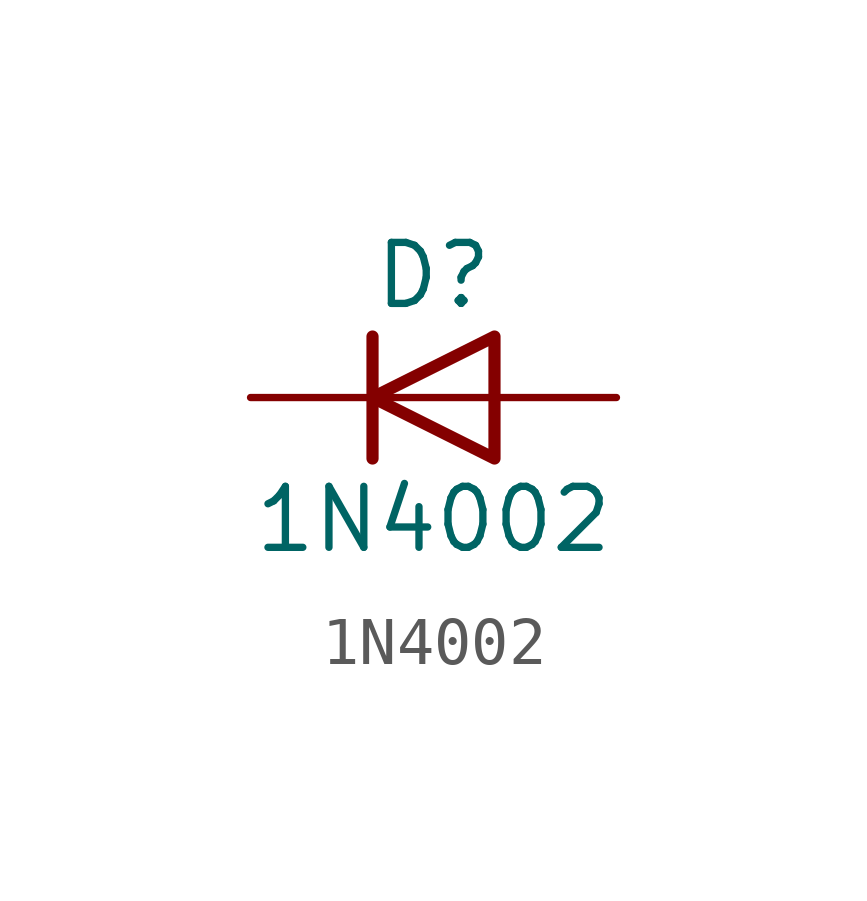
<source format=kicad_sym>
(kicad_symbol_lib
  (version 20241209)
  (generator "kicad_symbol_editor")
  (generator_version "9.0")
  (symbol "1N4002"
    (pin_numbers
      (hide yes))
    (pin_names
      (hide yes))
    (property "Reference" "D"
      (at 0 2.54 0)
      (effects (font (size 1.27 1.27))))
    (property "Value" "1N4002"
      (at 0 -2.54 0)
      (effects (font (size 1.27 1.27))))
    (symbol "1N4002_0_1"
      (polyline (pts (xy -1.27 1.27) (xy -1.27 -1.27)) (stroke (width 0.254) (type default)) (fill (type none)))
      (polyline (pts (xy 1.27 1.27) (xy 1.27 -1.27) (xy -1.27 0) (xy 1.27 1.27)) (stroke (width 0.254) (type default)) (fill (type none)))
      (polyline (pts (xy 1.27 0) (xy -1.27 0)) (stroke (width 0) (type default)) (fill (type none))))
    (symbol "1N4002_1_1"
      (pin passive line (at -3.81 0 0) (length 2.54) (name "K" (effects (font (size 1.27 1.27)))) (number "1" (effects (font (size 1.27 1.27)))))
      (pin passive line (at 3.81 0 180) (length 2.54) (name "A" (effects (font (size 1.27 1.27)))) (number "2" (effects (font (size 1.27 1.27))))))))
</source>
